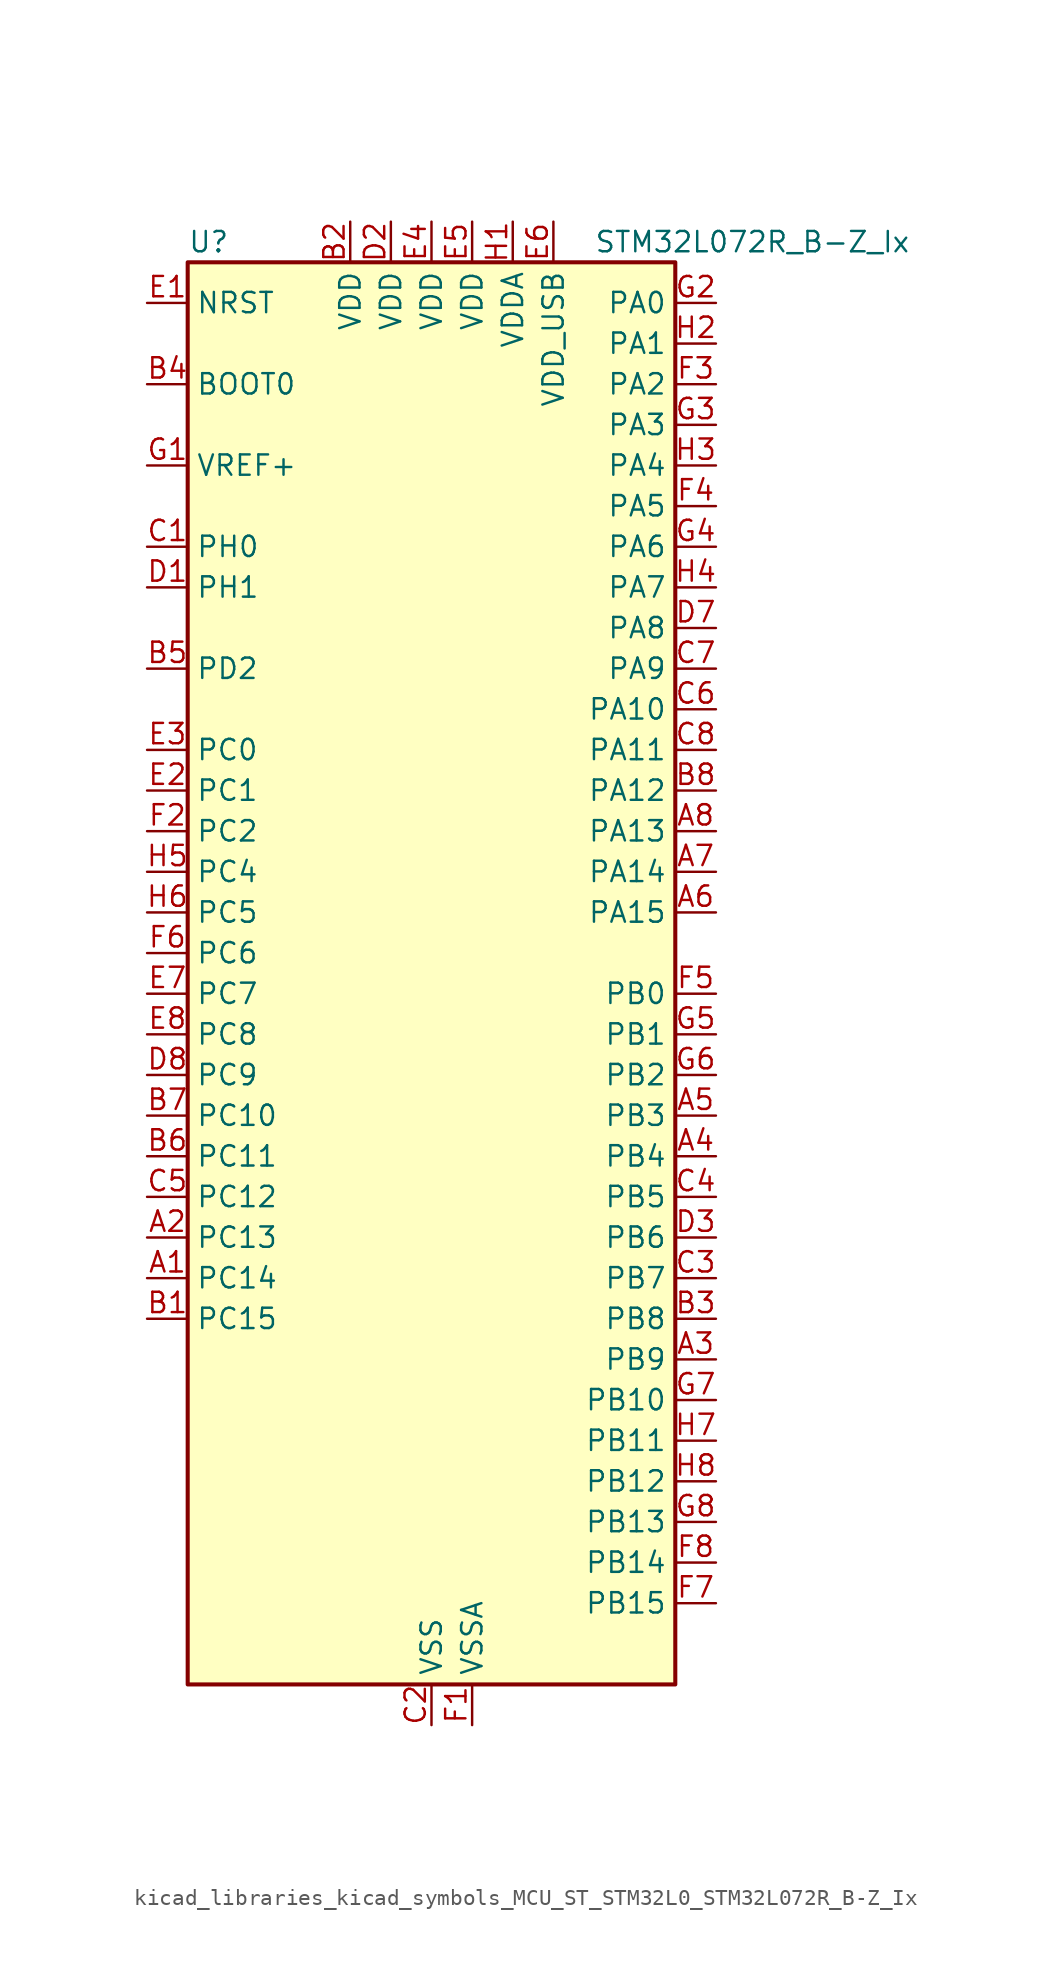
<source format=kicad_sym>
(kicad_symbol_lib
  (version 20220914)
  (generator kicad_symbol_editor)
  (symbol "kicad_libraries_kicad_symbols_MCU_ST_STM32L0_STM32L072R_B-Z_Ix"
    (property "Reference" "U"
      (at -15.24 46.99 0)
      (effects (font (size 1.27 1.27)) (justify left)))
    (property "Value" "STM32L072R_B-Z_Ix"
      (at 10.16 46.99 0)
      (effects (font (size 1.27 1.27)) (justify left)))
    (property "ki_locked" ""
      (at 0 0 0)
      (effects (font (size 1.27 1.27))))
    (symbol "kicad_libraries_kicad_symbols_MCU_ST_STM32L0_STM32L072R_B-Z_Ix_0_1"
      (rectangle (start -15.24 -43.18) (end 15.24 45.72) (stroke (width 0.254) (type default)) (fill (type background))))
    (symbol "kicad_libraries_kicad_symbols_MCU_ST_STM32L0_STM32L072R_B-Z_Ix_1_1"
      (pin bidirectional line (at -17.78 -17.78 0) (length 2.54) (name "PC14" (effects (font (size 1.27 1.27)))) (number "A1" (effects (font (size 1.27 1.27)))) (alternate "RCC_OSC32_IN" bidirectional line))
      (pin bidirectional line (at -17.78 -15.24 0) (length 2.54) (name "PC13" (effects (font (size 1.27 1.27)))) (number "A2" (effects (font (size 1.27 1.27)))) (alternate "RTC_OUT_ALARM" bidirectional line) (alternate "RTC_OUT_CALIB" bidirectional line) (alternate "RTC_TAMP1" bidirectional line) (alternate "RTC_TS" bidirectional line) (alternate "SYS_WKUP2" bidirectional line))
      (pin bidirectional line (at 17.78 -22.86 180) (length 2.54) (name "PB9" (effects (font (size 1.27 1.27)))) (number "A3" (effects (font (size 1.27 1.27)))) (alternate "DAC_EXTI9" bidirectional line) (alternate "I2C1_SDA" bidirectional line) (alternate "I2S2_WS" bidirectional line) (alternate "SPI2_NSS" bidirectional line))
      (pin bidirectional line (at 17.78 -10.16 180) (length 2.54) (name "PB4" (effects (font (size 1.27 1.27)))) (number "A4" (effects (font (size 1.27 1.27)))) (alternate "COMP2_INP" bidirectional line) (alternate "I2C3_SDA" bidirectional line) (alternate "SPI1_MISO" bidirectional line) (alternate "TIM22_CH1" bidirectional line) (alternate "TIM3_CH1" bidirectional line) (alternate "TSC_G5_IO2" bidirectional line) (alternate "USART1_CTS" bidirectional line) (alternate "USART5_RX" bidirectional line))
      (pin bidirectional line (at 17.78 -7.62 180) (length 2.54) (name "PB3" (effects (font (size 1.27 1.27)))) (number "A5" (effects (font (size 1.27 1.27)))) (alternate "COMP2_INM" bidirectional line) (alternate "SPI1_SCK" bidirectional line) (alternate "TIM2_CH2" bidirectional line) (alternate "TSC_G5_IO1" bidirectional line) (alternate "USART1_DE" bidirectional line) (alternate "USART1_RTS" bidirectional line) (alternate "USART5_TX" bidirectional line))
      (pin bidirectional line (at 17.78 5.08 180) (length 2.54) (name "PA15" (effects (font (size 1.27 1.27)))) (number "A6" (effects (font (size 1.27 1.27)))) (alternate "SPI1_NSS" bidirectional line) (alternate "TIM2_CH1" bidirectional line) (alternate "TIM2_ETR" bidirectional line) (alternate "USART2_RX" bidirectional line) (alternate "USART4_DE" bidirectional line) (alternate "USART4_RTS" bidirectional line))
      (pin bidirectional line (at 17.78 7.62 180) (length 2.54) (name "PA14" (effects (font (size 1.27 1.27)))) (number "A7" (effects (font (size 1.27 1.27)))) (alternate "LPUART1_TX" bidirectional line) (alternate "SYS_SWCLK" bidirectional line) (alternate "USART2_TX" bidirectional line))
      (pin bidirectional line (at 17.78 10.16 180) (length 2.54) (name "PA13" (effects (font (size 1.27 1.27)))) (number "A8" (effects (font (size 1.27 1.27)))) (alternate "LPUART1_RX" bidirectional line) (alternate "SYS_SWDIO" bidirectional line) (alternate "USB_NOE" bidirectional line))
      (pin bidirectional line (at -17.78 -20.32 0) (length 2.54) (name "PC15" (effects (font (size 1.27 1.27)))) (number "B1" (effects (font (size 1.27 1.27)))) (alternate "RCC_OSC32_OUT" bidirectional line))
      (pin power_in line (at -5.08 48.26 270) (length 2.54) (name "VDD" (effects (font (size 1.27 1.27)))) (number "B2" (effects (font (size 1.27 1.27)))))
      (pin bidirectional line (at 17.78 -20.32 180) (length 2.54) (name "PB8" (effects (font (size 1.27 1.27)))) (number "B3" (effects (font (size 1.27 1.27)))) (alternate "I2C1_SCL" bidirectional line) (alternate "TSC_SYNC" bidirectional line))
      (pin input line (at -17.78 38.1 0) (length 2.54) (name "BOOT0" (effects (font (size 1.27 1.27)))) (number "B4" (effects (font (size 1.27 1.27)))))
      (pin bidirectional line (at -17.78 20.32 0) (length 2.54) (name "PD2" (effects (font (size 1.27 1.27)))) (number "B5" (effects (font (size 1.27 1.27)))) (alternate "LPUART1_DE" bidirectional line) (alternate "LPUART1_RTS" bidirectional line) (alternate "TIM3_ETR" bidirectional line) (alternate "USART5_RX" bidirectional line))
      (pin bidirectional line (at -17.78 -10.16 0) (length 2.54) (name "PC11" (effects (font (size 1.27 1.27)))) (number "B6" (effects (font (size 1.27 1.27)))) (alternate "ADC_EXTI11" bidirectional line) (alternate "LPUART1_RX" bidirectional line) (alternate "USART4_RX" bidirectional line))
      (pin bidirectional line (at -17.78 -7.62 0) (length 2.54) (name "PC10" (effects (font (size 1.27 1.27)))) (number "B7" (effects (font (size 1.27 1.27)))) (alternate "LPUART1_TX" bidirectional line) (alternate "USART4_TX" bidirectional line))
      (pin bidirectional line (at 17.78 12.7 180) (length 2.54) (name "PA12" (effects (font (size 1.27 1.27)))) (number "B8" (effects (font (size 1.27 1.27)))) (alternate "COMP2_OUT" bidirectional line) (alternate "SPI1_MOSI" bidirectional line) (alternate "TSC_G4_IO4" bidirectional line) (alternate "USART1_DE" bidirectional line) (alternate "USART1_RTS" bidirectional line) (alternate "USB_DP" bidirectional line))
      (pin bidirectional line (at -17.78 27.94 0) (length 2.54) (name "PH0" (effects (font (size 1.27 1.27)))) (number "C1" (effects (font (size 1.27 1.27)))) (alternate "CRS_SYNC" bidirectional line) (alternate "RCC_OSC_IN" bidirectional line))
      (pin power_in line (at 0 -45.72 90) (length 2.54) (name "VSS" (effects (font (size 1.27 1.27)))) (number "C2" (effects (font (size 1.27 1.27)))))
      (pin bidirectional line (at 17.78 -17.78 180) (length 2.54) (name "PB7" (effects (font (size 1.27 1.27)))) (number "C3" (effects (font (size 1.27 1.27)))) (alternate "COMP2_INP" bidirectional line) (alternate "I2C1_SDA" bidirectional line) (alternate "LPTIM1_IN2" bidirectional line) (alternate "SYS_PVD_IN" bidirectional line) (alternate "TSC_G5_IO4" bidirectional line) (alternate "USART1_RX" bidirectional line) (alternate "USART4_CTS" bidirectional line))
      (pin bidirectional line (at 17.78 -12.7 180) (length 2.54) (name "PB5" (effects (font (size 1.27 1.27)))) (number "C4" (effects (font (size 1.27 1.27)))) (alternate "COMP2_INP" bidirectional line) (alternate "I2C1_SMBA" bidirectional line) (alternate "LPTIM1_IN1" bidirectional line) (alternate "SPI1_MOSI" bidirectional line) (alternate "TIM22_CH2" bidirectional line) (alternate "TIM3_CH2" bidirectional line) (alternate "USART1_CK" bidirectional line) (alternate "USART5_CK" bidirectional line) (alternate "USART5_DE" bidirectional line) (alternate "USART5_RTS" bidirectional line))
      (pin bidirectional line (at -17.78 -12.7 0) (length 2.54) (name "PC12" (effects (font (size 1.27 1.27)))) (number "C5" (effects (font (size 1.27 1.27)))) (alternate "USART4_CK" bidirectional line) (alternate "USART5_TX" bidirectional line))
      (pin bidirectional line (at 17.78 17.78 180) (length 2.54) (name "PA10" (effects (font (size 1.27 1.27)))) (number "C6" (effects (font (size 1.27 1.27)))) (alternate "I2C1_SDA" bidirectional line) (alternate "TSC_G4_IO2" bidirectional line) (alternate "USART1_RX" bidirectional line))
      (pin bidirectional line (at 17.78 20.32 180) (length 2.54) (name "PA9" (effects (font (size 1.27 1.27)))) (number "C7" (effects (font (size 1.27 1.27)))) (alternate "DAC_EXTI9" bidirectional line) (alternate "I2C1_SCL" bidirectional line) (alternate "I2C3_SMBA" bidirectional line) (alternate "RCC_MCO" bidirectional line) (alternate "TSC_G4_IO1" bidirectional line) (alternate "USART1_TX" bidirectional line))
      (pin bidirectional line (at 17.78 15.24 180) (length 2.54) (name "PA11" (effects (font (size 1.27 1.27)))) (number "C8" (effects (font (size 1.27 1.27)))) (alternate "ADC_EXTI11" bidirectional line) (alternate "COMP1_OUT" bidirectional line) (alternate "SPI1_MISO" bidirectional line) (alternate "TSC_G4_IO3" bidirectional line) (alternate "USART1_CTS" bidirectional line) (alternate "USB_DM" bidirectional line))
      (pin bidirectional line (at -17.78 25.4 0) (length 2.54) (name "PH1" (effects (font (size 1.27 1.27)))) (number "D1" (effects (font (size 1.27 1.27)))) (alternate "RCC_OSC_OUT" bidirectional line))
      (pin power_in line (at -2.54 48.26 270) (length 2.54) (name "VDD" (effects (font (size 1.27 1.27)))) (number "D2" (effects (font (size 1.27 1.27)))))
      (pin bidirectional line (at 17.78 -15.24 180) (length 2.54) (name "PB6" (effects (font (size 1.27 1.27)))) (number "D3" (effects (font (size 1.27 1.27)))) (alternate "COMP2_INP" bidirectional line) (alternate "I2C1_SCL" bidirectional line) (alternate "LPTIM1_ETR" bidirectional line) (alternate "TSC_G5_IO3" bidirectional line) (alternate "USART1_TX" bidirectional line))
      (pin passive line (at 0 -45.72 90) (length 2.54) hide (name "VSS" (effects (font (size 1.27 1.27)))) (number "D4" (effects (font (size 1.27 1.27)))))
      (pin passive line (at 0 -45.72 90) (length 2.54) hide (name "VSS" (effects (font (size 1.27 1.27)))) (number "D5" (effects (font (size 1.27 1.27)))))
      (pin passive line (at 0 -45.72 90) (length 2.54) hide (name "VSS" (effects (font (size 1.27 1.27)))) (number "D6" (effects (font (size 1.27 1.27)))))
      (pin bidirectional line (at 17.78 22.86 180) (length 2.54) (name "PA8" (effects (font (size 1.27 1.27)))) (number "D7" (effects (font (size 1.27 1.27)))) (alternate "CRS_SYNC" bidirectional line) (alternate "I2C3_SCL" bidirectional line) (alternate "RCC_MCO" bidirectional line) (alternate "USART1_CK" bidirectional line))
      (pin bidirectional line (at -17.78 -5.08 0) (length 2.54) (name "PC9" (effects (font (size 1.27 1.27)))) (number "D8" (effects (font (size 1.27 1.27)))) (alternate "DAC_EXTI9" bidirectional line) (alternate "I2C3_SDA" bidirectional line) (alternate "TIM21_ETR" bidirectional line) (alternate "TIM3_CH4" bidirectional line) (alternate "TSC_G8_IO4" bidirectional line) (alternate "USB_NOE" bidirectional line))
      (pin input line (at -17.78 43.18 0) (length 2.54) (name "NRST" (effects (font (size 1.27 1.27)))) (number "E1" (effects (font (size 1.27 1.27)))))
      (pin bidirectional line (at -17.78 12.7 0) (length 2.54) (name "PC1" (effects (font (size 1.27 1.27)))) (number "E2" (effects (font (size 1.27 1.27)))) (alternate "ADC_IN11" bidirectional line) (alternate "I2C3_SDA" bidirectional line) (alternate "LPTIM1_OUT" bidirectional line) (alternate "LPUART1_TX" bidirectional line) (alternate "TSC_G7_IO2" bidirectional line))
      (pin bidirectional line (at -17.78 15.24 0) (length 2.54) (name "PC0" (effects (font (size 1.27 1.27)))) (number "E3" (effects (font (size 1.27 1.27)))) (alternate "ADC_IN10" bidirectional line) (alternate "I2C3_SCL" bidirectional line) (alternate "LPTIM1_IN1" bidirectional line) (alternate "LPUART1_RX" bidirectional line) (alternate "TSC_G7_IO1" bidirectional line))
      (pin power_in line (at 0 48.26 270) (length 2.54) (name "VDD" (effects (font (size 1.27 1.27)))) (number "E4" (effects (font (size 1.27 1.27)))))
      (pin power_in line (at 2.54 48.26 270) (length 2.54) (name "VDD" (effects (font (size 1.27 1.27)))) (number "E5" (effects (font (size 1.27 1.27)))))
      (pin power_in line (at 7.62 48.26 270) (length 2.54) (name "VDD_USB" (effects (font (size 1.27 1.27)))) (number "E6" (effects (font (size 1.27 1.27)))))
      (pin bidirectional line (at -17.78 0 0) (length 2.54) (name "PC7" (effects (font (size 1.27 1.27)))) (number "E7" (effects (font (size 1.27 1.27)))) (alternate "TIM22_CH2" bidirectional line) (alternate "TIM3_CH2" bidirectional line) (alternate "TSC_G8_IO2" bidirectional line))
      (pin bidirectional line (at -17.78 -2.54 0) (length 2.54) (name "PC8" (effects (font (size 1.27 1.27)))) (number "E8" (effects (font (size 1.27 1.27)))) (alternate "TIM22_ETR" bidirectional line) (alternate "TIM3_CH3" bidirectional line) (alternate "TSC_G8_IO3" bidirectional line))
      (pin power_in line (at 2.54 -45.72 90) (length 2.54) (name "VSSA" (effects (font (size 1.27 1.27)))) (number "F1" (effects (font (size 1.27 1.27)))))
      (pin bidirectional line (at -17.78 10.16 0) (length 2.54) (name "PC2" (effects (font (size 1.27 1.27)))) (number "F2" (effects (font (size 1.27 1.27)))) (alternate "ADC_IN12" bidirectional line) (alternate "I2S2_MCK" bidirectional line) (alternate "LPTIM1_IN2" bidirectional line) (alternate "SPI2_MISO" bidirectional line) (alternate "TSC_G7_IO3" bidirectional line))
      (pin bidirectional line (at 17.78 38.1 180) (length 2.54) (name "PA2" (effects (font (size 1.27 1.27)))) (number "F3" (effects (font (size 1.27 1.27)))) (alternate "ADC_IN2" bidirectional line) (alternate "COMP2_INM" bidirectional line) (alternate "COMP2_OUT" bidirectional line) (alternate "LPUART1_TX" bidirectional line) (alternate "TIM21_CH1" bidirectional line) (alternate "TIM2_CH3" bidirectional line) (alternate "TSC_G1_IO3" bidirectional line) (alternate "USART2_TX" bidirectional line))
      (pin bidirectional line (at 17.78 30.48 180) (length 2.54) (name "PA5" (effects (font (size 1.27 1.27)))) (number "F4" (effects (font (size 1.27 1.27)))) (alternate "ADC_IN5" bidirectional line) (alternate "COMP1_INM" bidirectional line) (alternate "COMP2_INM" bidirectional line) (alternate "DAC_OUT2" bidirectional line) (alternate "SPI1_SCK" bidirectional line) (alternate "TIM2_CH1" bidirectional line) (alternate "TIM2_ETR" bidirectional line) (alternate "TSC_G2_IO2" bidirectional line))
      (pin bidirectional line (at 17.78 0 180) (length 2.54) (name "PB0" (effects (font (size 1.27 1.27)))) (number "F5" (effects (font (size 1.27 1.27)))) (alternate "ADC_IN8" bidirectional line) (alternate "SYS_VREF_OUT_PB0" bidirectional line) (alternate "TIM3_CH3" bidirectional line) (alternate "TSC_G3_IO2" bidirectional line))
      (pin bidirectional line (at -17.78 2.54 0) (length 2.54) (name "PC6" (effects (font (size 1.27 1.27)))) (number "F6" (effects (font (size 1.27 1.27)))) (alternate "TIM22_CH1" bidirectional line) (alternate "TIM3_CH1" bidirectional line) (alternate "TSC_G8_IO1" bidirectional line))
      (pin bidirectional line (at 17.78 -38.1 180) (length 2.54) (name "PB15" (effects (font (size 1.27 1.27)))) (number "F7" (effects (font (size 1.27 1.27)))) (alternate "I2S2_SD" bidirectional line) (alternate "RTC_REFIN" bidirectional line) (alternate "SPI2_MOSI" bidirectional line))
      (pin bidirectional line (at 17.78 -35.56 180) (length 2.54) (name "PB14" (effects (font (size 1.27 1.27)))) (number "F8" (effects (font (size 1.27 1.27)))) (alternate "I2C2_SDA" bidirectional line) (alternate "I2S2_MCK" bidirectional line) (alternate "LPUART1_DE" bidirectional line) (alternate "LPUART1_RTS" bidirectional line) (alternate "RTC_OUT_ALARM" bidirectional line) (alternate "RTC_OUT_CALIB" bidirectional line) (alternate "SPI2_MISO" bidirectional line) (alternate "TIM21_CH2" bidirectional line) (alternate "TSC_G6_IO4" bidirectional line))
      (pin input line (at -17.78 33.02 0) (length 2.54) (name "VREF+" (effects (font (size 1.27 1.27)))) (number "G1" (effects (font (size 1.27 1.27)))))
      (pin bidirectional line (at 17.78 43.18 180) (length 2.54) (name "PA0" (effects (font (size 1.27 1.27)))) (number "G2" (effects (font (size 1.27 1.27)))) (alternate "ADC_IN0" bidirectional line) (alternate "COMP1_INM" bidirectional line) (alternate "COMP1_OUT" bidirectional line) (alternate "RTC_TAMP2" bidirectional line) (alternate "SYS_WKUP1" bidirectional line) (alternate "TIM2_CH1" bidirectional line) (alternate "TIM2_ETR" bidirectional line) (alternate "TSC_G1_IO1" bidirectional line) (alternate "USART2_CTS" bidirectional line) (alternate "USART4_TX" bidirectional line))
      (pin bidirectional line (at 17.78 35.56 180) (length 2.54) (name "PA3" (effects (font (size 1.27 1.27)))) (number "G3" (effects (font (size 1.27 1.27)))) (alternate "ADC_IN3" bidirectional line) (alternate "COMP2_INP" bidirectional line) (alternate "LPUART1_RX" bidirectional line) (alternate "TIM21_CH2" bidirectional line) (alternate "TIM2_CH4" bidirectional line) (alternate "TSC_G1_IO4" bidirectional line) (alternate "USART2_RX" bidirectional line))
      (pin bidirectional line (at 17.78 27.94 180) (length 2.54) (name "PA6" (effects (font (size 1.27 1.27)))) (number "G4" (effects (font (size 1.27 1.27)))) (alternate "ADC_IN6" bidirectional line) (alternate "COMP1_OUT" bidirectional line) (alternate "LPUART1_CTS" bidirectional line) (alternate "SPI1_MISO" bidirectional line) (alternate "TIM22_CH1" bidirectional line) (alternate "TIM3_CH1" bidirectional line) (alternate "TSC_G2_IO3" bidirectional line))
      (pin bidirectional line (at 17.78 -2.54 180) (length 2.54) (name "PB1" (effects (font (size 1.27 1.27)))) (number "G5" (effects (font (size 1.27 1.27)))) (alternate "ADC_IN9" bidirectional line) (alternate "LPUART1_DE" bidirectional line) (alternate "LPUART1_RTS" bidirectional line) (alternate "SYS_VREF_OUT_PB1" bidirectional line) (alternate "TIM3_CH4" bidirectional line) (alternate "TSC_G3_IO3" bidirectional line))
      (pin bidirectional line (at 17.78 -5.08 180) (length 2.54) (name "PB2" (effects (font (size 1.27 1.27)))) (number "G6" (effects (font (size 1.27 1.27)))) (alternate "I2C3_SMBA" bidirectional line) (alternate "LPTIM1_OUT" bidirectional line) (alternate "TSC_G3_IO4" bidirectional line))
      (pin bidirectional line (at 17.78 -25.4 180) (length 2.54) (name "PB10" (effects (font (size 1.27 1.27)))) (number "G7" (effects (font (size 1.27 1.27)))) (alternate "I2C2_SCL" bidirectional line) (alternate "LPUART1_RX" bidirectional line) (alternate "LPUART1_TX" bidirectional line) (alternate "SPI2_SCK" bidirectional line) (alternate "TIM2_CH3" bidirectional line) (alternate "TSC_SYNC" bidirectional line))
      (pin bidirectional line (at 17.78 -33.02 180) (length 2.54) (name "PB13" (effects (font (size 1.27 1.27)))) (number "G8" (effects (font (size 1.27 1.27)))) (alternate "I2C2_SCL" bidirectional line) (alternate "I2S2_CK" bidirectional line) (alternate "LPUART1_CTS" bidirectional line) (alternate "RCC_MCO" bidirectional line) (alternate "SPI2_SCK" bidirectional line) (alternate "TIM21_CH1" bidirectional line) (alternate "TSC_G6_IO3" bidirectional line))
      (pin power_in line (at 5.08 48.26 270) (length 2.54) (name "VDDA" (effects (font (size 1.27 1.27)))) (number "H1" (effects (font (size 1.27 1.27)))))
      (pin bidirectional line (at 17.78 40.64 180) (length 2.54) (name "PA1" (effects (font (size 1.27 1.27)))) (number "H2" (effects (font (size 1.27 1.27)))) (alternate "ADC_IN1" bidirectional line) (alternate "COMP1_INP" bidirectional line) (alternate "TIM21_ETR" bidirectional line) (alternate "TIM2_CH2" bidirectional line) (alternate "TSC_G1_IO2" bidirectional line) (alternate "USART2_DE" bidirectional line) (alternate "USART2_RTS" bidirectional line) (alternate "USART4_RX" bidirectional line))
      (pin bidirectional line (at 17.78 33.02 180) (length 2.54) (name "PA4" (effects (font (size 1.27 1.27)))) (number "H3" (effects (font (size 1.27 1.27)))) (alternate "ADC_IN4" bidirectional line) (alternate "COMP1_INM" bidirectional line) (alternate "COMP2_INM" bidirectional line) (alternate "DAC_OUT1" bidirectional line) (alternate "SPI1_NSS" bidirectional line) (alternate "TIM22_ETR" bidirectional line) (alternate "TSC_G2_IO1" bidirectional line) (alternate "USART2_CK" bidirectional line))
      (pin bidirectional line (at 17.78 25.4 180) (length 2.54) (name "PA7" (effects (font (size 1.27 1.27)))) (number "H4" (effects (font (size 1.27 1.27)))) (alternate "ADC_IN7" bidirectional line) (alternate "COMP2_OUT" bidirectional line) (alternate "SPI1_MOSI" bidirectional line) (alternate "TIM22_CH2" bidirectional line) (alternate "TIM3_CH2" bidirectional line) (alternate "TSC_G2_IO4" bidirectional line))
      (pin bidirectional line (at -17.78 7.62 0) (length 2.54) (name "PC4" (effects (font (size 1.27 1.27)))) (number "H5" (effects (font (size 1.27 1.27)))) (alternate "ADC_IN14" bidirectional line) (alternate "LPUART1_TX" bidirectional line))
      (pin bidirectional line (at -17.78 5.08 0) (length 2.54) (name "PC5" (effects (font (size 1.27 1.27)))) (number "H6" (effects (font (size 1.27 1.27)))) (alternate "ADC_IN15" bidirectional line) (alternate "LPUART1_RX" bidirectional line) (alternate "TSC_G3_IO1" bidirectional line))
      (pin bidirectional line (at 17.78 -27.94 180) (length 2.54) (name "PB11" (effects (font (size 1.27 1.27)))) (number "H7" (effects (font (size 1.27 1.27)))) (alternate "ADC_EXTI11" bidirectional line) (alternate "I2C2_SDA" bidirectional line) (alternate "LPUART1_RX" bidirectional line) (alternate "LPUART1_TX" bidirectional line) (alternate "TIM2_CH4" bidirectional line) (alternate "TSC_G6_IO1" bidirectional line))
      (pin bidirectional line (at 17.78 -30.48 180) (length 2.54) (name "PB12" (effects (font (size 1.27 1.27)))) (number "H8" (effects (font (size 1.27 1.27)))) (alternate "I2S2_WS" bidirectional line) (alternate "LPUART1_DE" bidirectional line) (alternate "LPUART1_RTS" bidirectional line) (alternate "SPI2_NSS" bidirectional line) (alternate "TSC_G6_IO2" bidirectional line)))))
</source>
